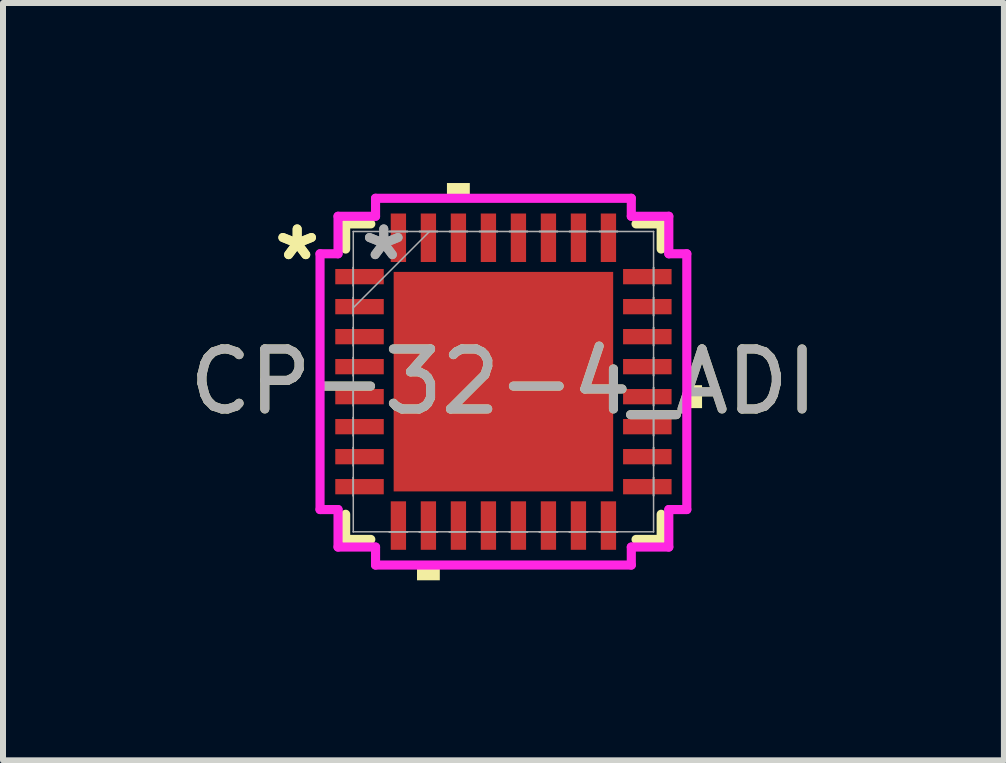
<source format=kicad_pcb>
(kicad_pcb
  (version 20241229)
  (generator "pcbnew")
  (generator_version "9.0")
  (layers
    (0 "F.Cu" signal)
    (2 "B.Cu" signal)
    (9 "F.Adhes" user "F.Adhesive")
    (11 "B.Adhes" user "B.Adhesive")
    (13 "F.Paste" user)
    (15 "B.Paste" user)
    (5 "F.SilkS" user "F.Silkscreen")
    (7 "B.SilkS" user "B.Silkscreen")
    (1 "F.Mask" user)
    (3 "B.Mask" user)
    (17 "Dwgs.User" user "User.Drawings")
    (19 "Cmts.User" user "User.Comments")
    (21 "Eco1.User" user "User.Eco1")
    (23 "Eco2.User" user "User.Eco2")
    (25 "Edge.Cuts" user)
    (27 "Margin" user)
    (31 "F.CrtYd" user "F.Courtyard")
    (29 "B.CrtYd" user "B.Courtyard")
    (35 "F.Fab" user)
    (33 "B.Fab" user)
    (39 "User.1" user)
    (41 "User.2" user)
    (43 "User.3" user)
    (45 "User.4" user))
  (footprint "CP-32-4_ADI"
    (layer "F.Cu")
    (at 5.339 3.31)
    (property "Reference" "CP-32-4_ADI" (at 0 0 0) (unlocked yes) (layer "F.SilkS") (effects (font (size 1 1) (thickness 0.15))))
    (attr smd)
    (fp_line (start -2.629 -2.629) (end -2.629 -2.21) (stroke (width 0.152) (type solid)) (layer "F.SilkS"))
    (fp_line (start -2.629 2.21) (end -2.629 2.629) (stroke (width 0.152) (type solid)) (layer "F.SilkS"))
    (fp_line (start -2.629 2.629) (end -2.21 2.629) (stroke (width 0.152) (type solid)) (layer "F.SilkS"))
    (fp_line (start -2.21 -2.629) (end -2.629 -2.629) (stroke (width 0.152) (type solid)) (layer "F.SilkS"))
    (fp_line (start 2.21 2.629) (end 2.629 2.629) (stroke (width 0.152) (type solid)) (layer "F.SilkS"))
    (fp_line (start 2.629 -2.629) (end 2.21 -2.629) (stroke (width 0.152) (type solid)) (layer "F.SilkS"))
    (fp_line (start 2.629 -2.21) (end 2.629 -2.629) (stroke (width 0.152) (type solid)) (layer "F.SilkS"))
    (fp_line (start 2.629 2.629) (end 2.629 2.21) (stroke (width 0.152) (type solid)) (layer "F.SilkS"))
    (fp_poly (pts (xy -1.44 3.056) (xy -1.44 3.31) (xy -1.06 3.31) (xy -1.06 3.056)) (stroke (width 0) (type solid)) (fill yes) (layer "F.SilkS"))
    (fp_poly (pts (xy -0.941 -3.056) (xy -0.941 -3.31) (xy -0.56 -3.31) (xy -0.56 -3.056)) (stroke (width 0) (type solid)) (fill yes) (layer "F.SilkS"))
    (fp_poly (pts (xy 3.31 0.059) (xy 3.31 0.441) (xy 3.056 0.441) (xy 3.056 0.059)) (stroke (width 0) (type solid)) (fill yes) (layer "F.SilkS"))
    (fp_poly (pts (xy -1.729 -1.729) (xy -1.729 -0.1) (xy -0.1 -0.1) (xy -0.1 -1.729)) (stroke (width 0) (type solid)) (fill yes) (layer "F.Paste"))
    (fp_poly (pts (xy -1.729 0.1) (xy -1.729 1.729) (xy -0.1 1.729) (xy -0.1 0.1)) (stroke (width 0) (type solid)) (fill yes) (layer "F.Paste"))
    (fp_poly (pts (xy 0.1 -1.729) (xy 0.1 -0.1) (xy 1.729 -0.1) (xy 1.729 -1.729)) (stroke (width 0) (type solid)) (fill yes) (layer "F.Paste"))
    (fp_poly (pts (xy 0.1 0.1) (xy 0.1 1.729) (xy 1.729 1.729) (xy 1.729 0.1)) (stroke (width 0) (type solid)) (fill yes) (layer "F.Paste"))
    (fp_line (start -3.056 -2.131) (end -2.756 -2.131) (stroke (width 0.152) (type solid)) (layer "F.CrtYd"))
    (fp_line (start -3.056 2.131) (end -3.056 -2.131) (stroke (width 0.152) (type solid)) (layer "F.CrtYd"))
    (fp_line (start -2.756 -2.756) (end -2.131 -2.756) (stroke (width 0.152) (type solid)) (layer "F.CrtYd"))
    (fp_line (start -2.756 -2.131) (end -2.756 -2.756) (stroke (width 0.152) (type solid)) (layer "F.CrtYd"))
    (fp_line (start -2.756 2.131) (end -3.056 2.131) (stroke (width 0.152) (type solid)) (layer "F.CrtYd"))
    (fp_line (start -2.756 2.756) (end -2.756 2.131) (stroke (width 0.152) (type solid)) (layer "F.CrtYd"))
    (fp_line (start -2.131 -3.056) (end 2.131 -3.056) (stroke (width 0.152) (type solid)) (layer "F.CrtYd"))
    (fp_line (start -2.131 -2.756) (end -2.131 -3.056) (stroke (width 0.152) (type solid)) (layer "F.CrtYd"))
    (fp_line (start -2.131 2.756) (end -2.756 2.756) (stroke (width 0.152) (type solid)) (layer "F.CrtYd"))
    (fp_line (start -2.131 3.056) (end -2.131 2.756) (stroke (width 0.152) (type solid)) (layer "F.CrtYd"))
    (fp_line (start 2.131 -3.056) (end 2.131 -2.756) (stroke (width 0.152) (type solid)) (layer "F.CrtYd"))
    (fp_line (start 2.131 -2.756) (end 2.756 -2.756) (stroke (width 0.152) (type solid)) (layer "F.CrtYd"))
    (fp_line (start 2.131 2.756) (end 2.131 3.056) (stroke (width 0.152) (type solid)) (layer "F.CrtYd"))
    (fp_line (start 2.131 3.056) (end -2.131 3.056) (stroke (width 0.152) (type solid)) (layer "F.CrtYd"))
    (fp_line (start 2.756 -2.756) (end 2.756 -2.131) (stroke (width 0.152) (type solid)) (layer "F.CrtYd"))
    (fp_line (start 2.756 -2.131) (end 3.056 -2.131) (stroke (width 0.152) (type solid)) (layer "F.CrtYd"))
    (fp_line (start 2.756 2.131) (end 2.756 2.756) (stroke (width 0.152) (type solid)) (layer "F.CrtYd"))
    (fp_line (start 2.756 2.756) (end 2.131 2.756) (stroke (width 0.152) (type solid)) (layer "F.CrtYd"))
    (fp_line (start 3.056 -2.131) (end 3.056 2.131) (stroke (width 0.152) (type solid)) (layer "F.CrtYd"))
    (fp_line (start 3.056 2.131) (end 2.756 2.131) (stroke (width 0.152) (type solid)) (layer "F.CrtYd"))
    (fp_line (start -2.502 -2.502) (end -2.502 -2.502) (stroke (width 0.025) (type solid)) (layer "F.Fab"))
    (fp_line (start -2.502 -2.502) (end -2.502 2.502) (stroke (width 0.025) (type solid)) (layer "F.Fab"))
    (fp_line (start -2.502 -1.902) (end -2.502 -1.902) (stroke (width 0.025) (type solid)) (layer "F.Fab"))
    (fp_line (start -2.502 -1.902) (end -2.502 -1.598) (stroke (width 0.025) (type solid)) (layer "F.Fab"))
    (fp_line (start -2.502 -1.598) (end -2.502 -1.902) (stroke (width 0.025) (type solid)) (layer "F.Fab"))
    (fp_line (start -2.502 -1.598) (end -2.502 -1.598) (stroke (width 0.025) (type solid)) (layer "F.Fab"))
    (fp_line (start -2.502 -1.402) (end -2.502 -1.402) (stroke (width 0.025) (type solid)) (layer "F.Fab"))
    (fp_line (start -2.502 -1.402) (end -2.502 -1.098) (stroke (width 0.025) (type solid)) (layer "F.Fab"))
    (fp_line (start -2.502 -1.232) (end -1.232 -2.502) (stroke (width 0.025) (type solid)) (layer "F.Fab"))
    (fp_line (start -2.502 -1.098) (end -2.502 -1.402) (stroke (width 0.025) (type solid)) (layer "F.Fab"))
    (fp_line (start -2.502 -1.098) (end -2.502 -1.098) (stroke (width 0.025) (type solid)) (layer "F.Fab"))
    (fp_line (start -2.502 -0.902) (end -2.502 -0.902) (stroke (width 0.025) (type solid)) (layer "F.Fab"))
    (fp_line (start -2.502 -0.902) (end -2.502 -0.598) (stroke (width 0.025) (type solid)) (layer "F.Fab"))
    (fp_line (start -2.502 -0.598) (end -2.502 -0.902) (stroke (width 0.025) (type solid)) (layer "F.Fab"))
    (fp_line (start -2.502 -0.598) (end -2.502 -0.598) (stroke (width 0.025) (type solid)) (layer "F.Fab"))
    (fp_line (start -2.502 -0.402) (end -2.502 -0.402) (stroke (width 0.025) (type solid)) (layer "F.Fab"))
    (fp_line (start -2.502 -0.402) (end -2.502 -0.098) (stroke (width 0.025) (type solid)) (layer "F.Fab"))
    (fp_line (start -2.502 -0.098) (end -2.502 -0.402) (stroke (width 0.025) (type solid)) (layer "F.Fab"))
    (fp_line (start -2.502 -0.098) (end -2.502 -0.098) (stroke (width 0.025) (type solid)) (layer "F.Fab"))
    (fp_line (start -2.502 0.098) (end -2.502 0.098) (stroke (width 0.025) (type solid)) (layer "F.Fab"))
    (fp_line (start -2.502 0.098) (end -2.502 0.402) (stroke (width 0.025) (type solid)) (layer "F.Fab"))
    (fp_line (start -2.502 0.402) (end -2.502 0.098) (stroke (width 0.025) (type solid)) (layer "F.Fab"))
    (fp_line (start -2.502 0.402) (end -2.502 0.402) (stroke (width 0.025) (type solid)) (layer "F.Fab"))
    (fp_line (start -2.502 0.598) (end -2.502 0.598) (stroke (width 0.025) (type solid)) (layer "F.Fab"))
    (fp_line (start -2.502 0.598) (end -2.502 0.902) (stroke (width 0.025) (type solid)) (layer "F.Fab"))
    (fp_line (start -2.502 0.902) (end -2.502 0.598) (stroke (width 0.025) (type solid)) (layer "F.Fab"))
    (fp_line (start -2.502 0.902) (end -2.502 0.902) (stroke (width 0.025) (type solid)) (layer "F.Fab"))
    (fp_line (start -2.502 1.098) (end -2.502 1.098) (stroke (width 0.025) (type solid)) (layer "F.Fab"))
    (fp_line (start -2.502 1.098) (end -2.502 1.402) (stroke (width 0.025) (type solid)) (layer "F.Fab"))
    (fp_line (start -2.502 1.402) (end -2.502 1.098) (stroke (width 0.025) (type solid)) (layer "F.Fab"))
    (fp_line (start -2.502 1.402) (end -2.502 1.402) (stroke (width 0.025) (type solid)) (layer "F.Fab"))
    (fp_line (start -2.502 1.598) (end -2.502 1.598) (stroke (width 0.025) (type solid)) (layer "F.Fab"))
    (fp_line (start -2.502 1.598) (end -2.502 1.902) (stroke (width 0.025) (type solid)) (layer "F.Fab"))
    (fp_line (start -2.502 1.902) (end -2.502 1.598) (stroke (width 0.025) (type solid)) (layer "F.Fab"))
    (fp_line (start -2.502 1.902) (end -2.502 1.902) (stroke (width 0.025) (type solid)) (layer "F.Fab"))
    (fp_line (start -2.502 2.502) (end -2.502 2.502) (stroke (width 0.025) (type solid)) (layer "F.Fab"))
    (fp_line (start -2.502 2.502) (end 2.502 2.502) (stroke (width 0.025) (type solid)) (layer "F.Fab"))
    (fp_line (start -1.902 -2.502) (end -1.902 -2.502) (stroke (width 0.025) (type solid)) (layer "F.Fab"))
    (fp_line (start -1.902 -2.502) (end -1.598 -2.502) (stroke (width 0.025) (type solid)) (layer "F.Fab"))
    (fp_line (start -1.902 2.502) (end -1.902 2.502) (stroke (width 0.025) (type solid)) (layer "F.Fab"))
    (fp_line (start -1.902 2.502) (end -1.598 2.502) (stroke (width 0.025) (type solid)) (layer "F.Fab"))
    (fp_line (start -1.598 -2.502) (end -1.902 -2.502) (stroke (width 0.025) (type solid)) (layer "F.Fab"))
    (fp_line (start -1.598 -2.502) (end -1.598 -2.502) (stroke (width 0.025) (type solid)) (layer "F.Fab"))
    (fp_line (start -1.598 2.502) (end -1.902 2.502) (stroke (width 0.025) (type solid)) (layer "F.Fab"))
    (fp_line (start -1.598 2.502) (end -1.598 2.502) (stroke (width 0.025) (type solid)) (layer "F.Fab"))
    (fp_line (start -1.402 -2.502) (end -1.402 -2.502) (stroke (width 0.025) (type solid)) (layer "F.Fab"))
    (fp_line (start -1.402 -2.502) (end -1.098 -2.502) (stroke (width 0.025) (type solid)) (layer "F.Fab"))
    (fp_line (start -1.402 2.502) (end -1.402 2.502) (stroke (width 0.025) (type solid)) (layer "F.Fab"))
    (fp_line (start -1.402 2.502) (end -1.098 2.502) (stroke (width 0.025) (type solid)) (layer "F.Fab"))
    (fp_line (start -1.098 -2.502) (end -1.402 -2.502) (stroke (width 0.025) (type solid)) (layer "F.Fab"))
    (fp_line (start -1.098 -2.502) (end -1.098 -2.502) (stroke (width 0.025) (type solid)) (layer "F.Fab"))
    (fp_line (start -1.098 2.502) (end -1.402 2.502) (stroke (width 0.025) (type solid)) (layer "F.Fab"))
    (fp_line (start -1.098 2.502) (end -1.098 2.502) (stroke (width 0.025) (type solid)) (layer "F.Fab"))
    (fp_line (start -0.902 -2.502) (end -0.902 -2.502) (stroke (width 0.025) (type solid)) (layer "F.Fab"))
    (fp_line (start -0.902 -2.502) (end -0.598 -2.502) (stroke (width 0.025) (type solid)) (layer "F.Fab"))
    (fp_line (start -0.902 2.502) (end -0.902 2.502) (stroke (width 0.025) (type solid)) (layer "F.Fab"))
    (fp_line (start -0.902 2.502) (end -0.598 2.502) (stroke (width 0.025) (type solid)) (layer "F.Fab"))
    (fp_line (start -0.598 -2.502) (end -0.902 -2.502) (stroke (width 0.025) (type solid)) (layer "F.Fab"))
    (fp_line (start -0.598 -2.502) (end -0.598 -2.502) (stroke (width 0.025) (type solid)) (layer "F.Fab"))
    (fp_line (start -0.598 2.502) (end -0.902 2.502) (stroke (width 0.025) (type solid)) (layer "F.Fab"))
    (fp_line (start -0.598 2.502) (end -0.598 2.502) (stroke (width 0.025) (type solid)) (layer "F.Fab"))
    (fp_line (start -0.402 -2.502) (end -0.402 -2.502) (stroke (width 0.025) (type solid)) (layer "F.Fab"))
    (fp_line (start -0.402 -2.502) (end -0.098 -2.502) (stroke (width 0.025) (type solid)) (layer "F.Fab"))
    (fp_line (start -0.402 2.502) (end -0.402 2.502) (stroke (width 0.025) (type solid)) (layer "F.Fab"))
    (fp_line (start -0.402 2.502) (end -0.098 2.502) (stroke (width 0.025) (type solid)) (layer "F.Fab"))
    (fp_line (start -0.098 -2.502) (end -0.402 -2.502) (stroke (width 0.025) (type solid)) (layer "F.Fab"))
    (fp_line (start -0.098 -2.502) (end -0.098 -2.502) (stroke (width 0.025) (type solid)) (layer "F.Fab"))
    (fp_line (start -0.098 2.502) (end -0.402 2.502) (stroke (width 0.025) (type solid)) (layer "F.Fab"))
    (fp_line (start -0.098 2.502) (end -0.098 2.502) (stroke (width 0.025) (type solid)) (layer "F.Fab"))
    (fp_line (start 0.098 -2.502) (end 0.098 -2.502) (stroke (width 0.025) (type solid)) (layer "F.Fab"))
    (fp_line (start 0.098 -2.502) (end 0.402 -2.502) (stroke (width 0.025) (type solid)) (layer "F.Fab"))
    (fp_line (start 0.098 2.502) (end 0.098 2.502) (stroke (width 0.025) (type solid)) (layer "F.Fab"))
    (fp_line (start 0.098 2.502) (end 0.402 2.502) (stroke (width 0.025) (type solid)) (layer "F.Fab"))
    (fp_line (start 0.402 -2.502) (end 0.098 -2.502) (stroke (width 0.025) (type solid)) (layer "F.Fab"))
    (fp_line (start 0.402 -2.502) (end 0.402 -2.502) (stroke (width 0.025) (type solid)) (layer "F.Fab"))
    (fp_line (start 0.402 2.502) (end 0.098 2.502) (stroke (width 0.025) (type solid)) (layer "F.Fab"))
    (fp_line (start 0.402 2.502) (end 0.402 2.502) (stroke (width 0.025) (type solid)) (layer "F.Fab"))
    (fp_line (start 0.598 -2.502) (end 0.598 -2.502) (stroke (width 0.025) (type solid)) (layer "F.Fab"))
    (fp_line (start 0.598 -2.502) (end 0.902 -2.502) (stroke (width 0.025) (type solid)) (layer "F.Fab"))
    (fp_line (start 0.598 2.502) (end 0.598 2.502) (stroke (width 0.025) (type solid)) (layer "F.Fab"))
    (fp_line (start 0.598 2.502) (end 0.902 2.502) (stroke (width 0.025) (type solid)) (layer "F.Fab"))
    (fp_line (start 0.902 -2.502) (end 0.598 -2.502) (stroke (width 0.025) (type solid)) (layer "F.Fab"))
    (fp_line (start 0.902 -2.502) (end 0.902 -2.502) (stroke (width 0.025) (type solid)) (layer "F.Fab"))
    (fp_line (start 0.902 2.502) (end 0.598 2.502) (stroke (width 0.025) (type solid)) (layer "F.Fab"))
    (fp_line (start 0.902 2.502) (end 0.902 2.502) (stroke (width 0.025) (type solid)) (layer "F.Fab"))
    (fp_line (start 1.098 -2.502) (end 1.098 -2.502) (stroke (width 0.025) (type solid)) (layer "F.Fab"))
    (fp_line (start 1.098 -2.502) (end 1.402 -2.502) (stroke (width 0.025) (type solid)) (layer "F.Fab"))
    (fp_line (start 1.098 2.502) (end 1.098 2.502) (stroke (width 0.025) (type solid)) (layer "F.Fab"))
    (fp_line (start 1.098 2.502) (end 1.402 2.502) (stroke (width 0.025) (type solid)) (layer "F.Fab"))
    (fp_line (start 1.402 -2.502) (end 1.098 -2.502) (stroke (width 0.025) (type solid)) (layer "F.Fab"))
    (fp_line (start 1.402 -2.502) (end 1.402 -2.502) (stroke (width 0.025) (type solid)) (layer "F.Fab"))
    (fp_line (start 1.402 2.502) (end 1.098 2.502) (stroke (width 0.025) (type solid)) (layer "F.Fab"))
    (fp_line (start 1.402 2.502) (end 1.402 2.502) (stroke (width 0.025) (type solid)) (layer "F.Fab"))
    (fp_line (start 1.598 -2.502) (end 1.598 -2.502) (stroke (width 0.025) (type solid)) (layer "F.Fab"))
    (fp_line (start 1.598 -2.502) (end 1.902 -2.502) (stroke (width 0.025) (type solid)) (layer "F.Fab"))
    (fp_line (start 1.598 2.502) (end 1.598 2.502) (stroke (width 0.025) (type solid)) (layer "F.Fab"))
    (fp_line (start 1.598 2.502) (end 1.902 2.502) (stroke (width 0.025) (type solid)) (layer "F.Fab"))
    (fp_line (start 1.902 -2.502) (end 1.598 -2.502) (stroke (width 0.025) (type solid)) (layer "F.Fab"))
    (fp_line (start 1.902 -2.502) (end 1.902 -2.502) (stroke (width 0.025) (type solid)) (layer "F.Fab"))
    (fp_line (start 1.902 2.502) (end 1.598 2.502) (stroke (width 0.025) (type solid)) (layer "F.Fab"))
    (fp_line (start 1.902 2.502) (end 1.902 2.502) (stroke (width 0.025) (type solid)) (layer "F.Fab"))
    (fp_line (start 2.502 -2.502) (end -2.502 -2.502) (stroke (width 0.025) (type solid)) (layer "F.Fab"))
    (fp_line (start 2.502 -2.502) (end 2.502 -2.502) (stroke (width 0.025) (type solid)) (layer "F.Fab"))
    (fp_line (start 2.502 -1.902) (end 2.502 -1.902) (stroke (width 0.025) (type solid)) (layer "F.Fab"))
    (fp_line (start 2.502 -1.902) (end 2.502 -1.598) (stroke (width 0.025) (type solid)) (layer "F.Fab"))
    (fp_line (start 2.502 -1.598) (end 2.502 -1.902) (stroke (width 0.025) (type solid)) (layer "F.Fab"))
    (fp_line (start 2.502 -1.598) (end 2.502 -1.598) (stroke (width 0.025) (type solid)) (layer "F.Fab"))
    (fp_line (start 2.502 -1.402) (end 2.502 -1.402) (stroke (width 0.025) (type solid)) (layer "F.Fab"))
    (fp_line (start 2.502 -1.402) (end 2.502 -1.098) (stroke (width 0.025) (type solid)) (layer "F.Fab"))
    (fp_line (start 2.502 -1.098) (end 2.502 -1.402) (stroke (width 0.025) (type solid)) (layer "F.Fab"))
    (fp_line (start 2.502 -1.098) (end 2.502 -1.098) (stroke (width 0.025) (type solid)) (layer "F.Fab"))
    (fp_line (start 2.502 -0.902) (end 2.502 -0.902) (stroke (width 0.025) (type solid)) (layer "F.Fab"))
    (fp_line (start 2.502 -0.902) (end 2.502 -0.598) (stroke (width 0.025) (type solid)) (layer "F.Fab"))
    (fp_line (start 2.502 -0.598) (end 2.502 -0.902) (stroke (width 0.025) (type solid)) (layer "F.Fab"))
    (fp_line (start 2.502 -0.598) (end 2.502 -0.598) (stroke (width 0.025) (type solid)) (layer "F.Fab"))
    (fp_line (start 2.502 -0.402) (end 2.502 -0.402) (stroke (width 0.025) (type solid)) (layer "F.Fab"))
    (fp_line (start 2.502 -0.402) (end 2.502 -0.098) (stroke (width 0.025) (type solid)) (layer "F.Fab"))
    (fp_line (start 2.502 -0.098) (end 2.502 -0.402) (stroke (width 0.025) (type solid)) (layer "F.Fab"))
    (fp_line (start 2.502 -0.098) (end 2.502 -0.098) (stroke (width 0.025) (type solid)) (layer "F.Fab"))
    (fp_line (start 2.502 0.098) (end 2.502 0.098) (stroke (width 0.025) (type solid)) (layer "F.Fab"))
    (fp_line (start 2.502 0.098) (end 2.502 0.402) (stroke (width 0.025) (type solid)) (layer "F.Fab"))
    (fp_line (start 2.502 0.402) (end 2.502 0.098) (stroke (width 0.025) (type solid)) (layer "F.Fab"))
    (fp_line (start 2.502 0.402) (end 2.502 0.402) (stroke (width 0.025) (type solid)) (layer "F.Fab"))
    (fp_line (start 2.502 0.598) (end 2.502 0.598) (stroke (width 0.025) (type solid)) (layer "F.Fab"))
    (fp_line (start 2.502 0.598) (end 2.502 0.902) (stroke (width 0.025) (type solid)) (layer "F.Fab"))
    (fp_line (start 2.502 0.902) (end 2.502 0.598) (stroke (width 0.025) (type solid)) (layer "F.Fab"))
    (fp_line (start 2.502 0.902) (end 2.502 0.902) (stroke (width 0.025) (type solid)) (layer "F.Fab"))
    (fp_line (start 2.502 1.098) (end 2.502 1.098) (stroke (width 0.025) (type solid)) (layer "F.Fab"))
    (fp_line (start 2.502 1.098) (end 2.502 1.402) (stroke (width 0.025) (type solid)) (layer "F.Fab"))
    (fp_line (start 2.502 1.402) (end 2.502 1.098) (stroke (width 0.025) (type solid)) (layer "F.Fab"))
    (fp_line (start 2.502 1.402) (end 2.502 1.402) (stroke (width 0.025) (type solid)) (layer "F.Fab"))
    (fp_line (start 2.502 1.598) (end 2.502 1.598) (stroke (width 0.025) (type solid)) (layer "F.Fab"))
    (fp_line (start 2.502 1.598) (end 2.502 1.902) (stroke (width 0.025) (type solid)) (layer "F.Fab"))
    (fp_line (start 2.502 1.902) (end 2.502 1.598) (stroke (width 0.025) (type solid)) (layer "F.Fab"))
    (fp_line (start 2.502 1.902) (end 2.502 1.902) (stroke (width 0.025) (type solid)) (layer "F.Fab"))
    (fp_line (start 2.502 2.502) (end 2.502 -2.502) (stroke (width 0.025) (type solid)) (layer "F.Fab"))
    (fp_line (start 2.502 2.502) (end 2.502 2.502) (stroke (width 0.025) (type solid)) (layer "F.Fab"))
    (fp_text user "*" (at -3.437 -2 0) (unlocked yes) (layer "F.SilkS") (effects (font (size 1 1) (thickness 0.15))))
    (fp_text user "*" (at -3.437 -2 0) (layer "F.SilkS") (effects (font (size 1 1) (thickness 0.15))))
    (fp_text user "*" (at -1.994 -2 0) (layer "F.Fab") (effects (font (size 1 1) (thickness 0.15))))
    (fp_text user "${REFERENCE}" (at 0 0 0) (unlocked yes) (layer "F.Fab") (effects (font (size 1 1) (thickness 0.15))))
    (fp_text user "*" (at -1.994 -2 0) (unlocked yes) (layer "F.Fab") (effects (font (size 1 1) (thickness 0.15))))
    (pad "1" smd rect (at -2.398 -1.75 90) (size 0.255 0.808) (layers "F.Cu" "F.Mask" "F.Paste"))
    (pad "2" smd rect (at -2.398 -1.25 90) (size 0.255 0.808) (layers "F.Cu" "F.Mask" "F.Paste"))
    (pad "3" smd rect (at -2.398 -0.75 90) (size 0.255 0.808) (layers "F.Cu" "F.Mask" "F.Paste"))
    (pad "4" smd rect (at -2.398 -0.25 90) (size 0.255 0.808) (layers "F.Cu" "F.Mask" "F.Paste"))
    (pad "5" smd rect (at -2.398 0.25 90) (size 0.255 0.808) (layers "F.Cu" "F.Mask" "F.Paste"))
    (pad "6" smd rect (at -2.398 0.75 90) (size 0.255 0.808) (layers "F.Cu" "F.Mask" "F.Paste"))
    (pad "7" smd rect (at -2.398 1.25 90) (size 0.255 0.808) (layers "F.Cu" "F.Mask" "F.Paste"))
    (pad "8" smd rect (at -2.398 1.75 90) (size 0.255 0.808) (layers "F.Cu" "F.Mask" "F.Paste"))
    (pad "9" smd rect (at -1.75 2.398) (size 0.255 0.808) (layers "F.Cu" "F.Mask" "F.Paste"))
    (pad "10" smd rect (at -1.25 2.398) (size 0.255 0.808) (layers "F.Cu" "F.Mask" "F.Paste"))
    (pad "11" smd rect (at -0.75 2.398) (size 0.255 0.808) (layers "F.Cu" "F.Mask" "F.Paste"))
    (pad "12" smd rect (at -0.25 2.398) (size 0.255 0.808) (layers "F.Cu" "F.Mask" "F.Paste"))
    (pad "13" smd rect (at 0.25 2.398) (size 0.255 0.808) (layers "F.Cu" "F.Mask" "F.Paste"))
    (pad "14" smd rect (at 0.75 2.398) (size 0.255 0.808) (layers "F.Cu" "F.Mask" "F.Paste"))
    (pad "15" smd rect (at 1.25 2.398) (size 0.255 0.808) (layers "F.Cu" "F.Mask" "F.Paste"))
    (pad "16" smd rect (at 1.75 2.398) (size 0.255 0.808) (layers "F.Cu" "F.Mask" "F.Paste"))
    (pad "17" smd rect (at 2.398 1.75 90) (size 0.255 0.808) (layers "F.Cu" "F.Mask" "F.Paste"))
    (pad "18" smd rect (at 2.398 1.25 90) (size 0.255 0.808) (layers "F.Cu" "F.Mask" "F.Paste"))
    (pad "19" smd rect (at 2.398 0.75 90) (size 0.255 0.808) (layers "F.Cu" "F.Mask" "F.Paste"))
    (pad "20" smd rect (at 2.398 0.25 90) (size 0.255 0.808) (layers "F.Cu" "F.Mask" "F.Paste"))
    (pad "21" smd rect (at 2.398 -0.25 90) (size 0.255 0.808) (layers "F.Cu" "F.Mask" "F.Paste"))
    (pad "22" smd rect (at 2.398 -0.75 90) (size 0.255 0.808) (layers "F.Cu" "F.Mask" "F.Paste"))
    (pad "23" smd rect (at 2.398 -1.25 90) (size 0.255 0.808) (layers "F.Cu" "F.Mask" "F.Paste"))
    (pad "24" smd rect (at 2.398 -1.75 90) (size 0.255 0.808) (layers "F.Cu" "F.Mask" "F.Paste"))
    (pad "25" smd rect (at 1.75 -2.398) (size 0.255 0.808) (layers "F.Cu" "F.Mask" "F.Paste"))
    (pad "26" smd rect (at 1.25 -2.398) (size 0.255 0.808) (layers "F.Cu" "F.Mask" "F.Paste"))
    (pad "27" smd rect (at 0.75 -2.398) (size 0.255 0.808) (layers "F.Cu" "F.Mask" "F.Paste"))
    (pad "28" smd rect (at 0.25 -2.398) (size 0.255 0.808) (layers "F.Cu" "F.Mask" "F.Paste"))
    (pad "29" smd rect (at -0.25 -2.398) (size 0.255 0.808) (layers "F.Cu" "F.Mask" "F.Paste"))
    (pad "30" smd rect (at -0.75 -2.398) (size 0.255 0.808) (layers "F.Cu" "F.Mask" "F.Paste"))
    (pad "31" smd rect (at -1.25 -2.398) (size 0.255 0.808) (layers "F.Cu" "F.Mask" "F.Paste"))
    (pad "32" smd rect (at -1.75 -2.398) (size 0.255 0.808) (layers "F.Cu" "F.Mask" "F.Paste"))
    (pad "33" smd rect (at 0 0) (size 3.658 3.658) (layers "F.Cu" "F.Mask" "F.Paste")))
  (gr_rect
    (start -3 -3)
    (end 13.679 9.62)
    (stroke (width 0.1) (type default))
    (fill no)
    (layer "Edge.Cuts")))
</source>
